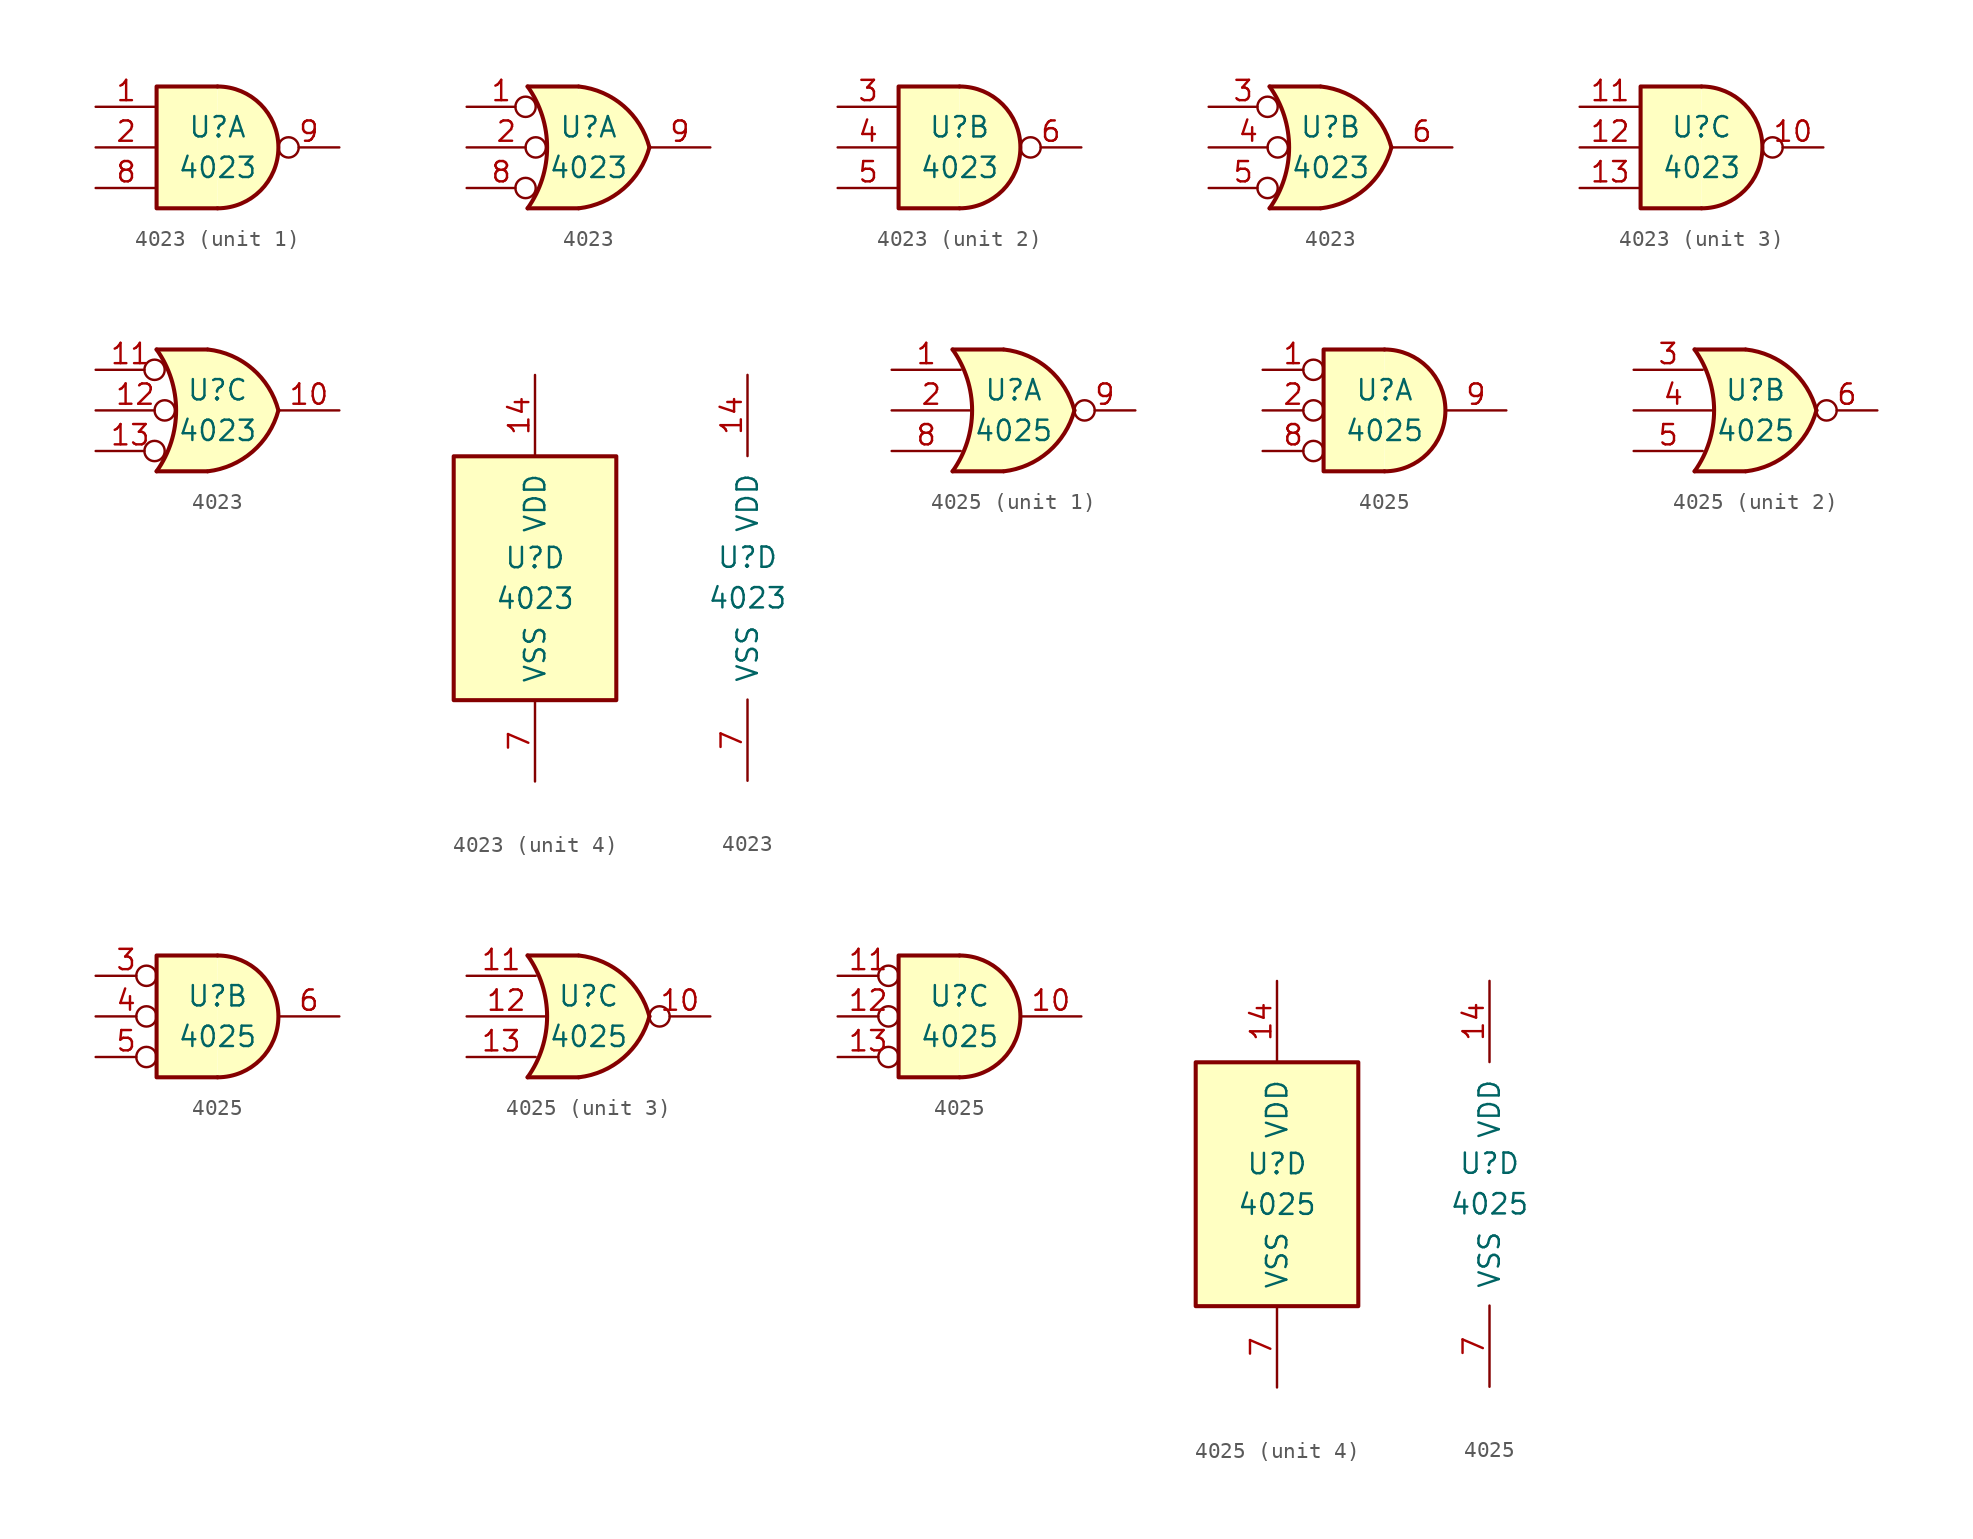
<source format=kicad_sym>
(kicad_symbol_lib
  (version 20211014)
  (generator kicad_symbol_editor)
  (symbol "4023"
    (pin_names
      (offset 1.016))
    (property "Reference" "U"
      (at 0 1.27 0)
      (effects (font (size 1.27 1.27))))
    (property "Value" "4023"
      (at 0 -1.27 0)
      (effects (font (size 1.27 1.27))))
    (property "ki_locked" ""
      (at 0 0 0)
      (effects (font (size 1.27 1.27))))
    (symbol "4023_1_1"
      (arc (start 0 -3.81) (mid 3.81 0) (end 0 3.81) (stroke (width 0.254) (type default) (color 0 0 0 0)) (fill (type background)))
      (polyline (pts (xy 0 3.81) (xy -3.81 3.81) (xy -3.81 -3.81) (xy 0 -3.81)) (stroke (width 0.254) (type default) (color 0 0 0 0)) (fill (type background)))
      (pin input line (at -7.62 2.54 0) (length 3.81) (name "~" (effects (font (size 1.27 1.27)))) (number "1" (effects (font (size 1.27 1.27)))))
      (pin input line (at -7.62 0 0) (length 3.81) (name "~" (effects (font (size 1.27 1.27)))) (number "2" (effects (font (size 1.27 1.27)))))
      (pin input line (at -7.62 -2.54 0) (length 3.81) (name "~" (effects (font (size 1.27 1.27)))) (number "8" (effects (font (size 1.27 1.27)))))
      (pin output inverted (at 7.62 0 180) (length 3.81) (name "~" (effects (font (size 1.27 1.27)))) (number "9" (effects (font (size 1.27 1.27))))))
    (symbol "4023_1_2"
      (arc (start -3.81 -3.81) (mid -2.589 0) (end -3.81 3.81) (stroke (width 0.254) (type default) (color 0 0 0 0)) (fill (type none)))
      (arc (start -0.6096 -3.81) (mid 2.1842 -2.5851) (end 3.81 0) (stroke (width 0.254) (type default) (color 0 0 0 0)) (fill (type background)))
      (polyline (pts (xy -3.81 -3.81) (xy -0.635 -3.81)) (stroke (width 0.254) (type default) (color 0 0 0 0)) (fill (type background)))
      (polyline (pts (xy -3.81 3.81) (xy -0.635 3.81)) (stroke (width 0.254) (type default) (color 0 0 0 0)) (fill (type background)))
      (polyline (pts (xy -0.635 3.81) (xy -3.81 3.81) (xy -3.81 3.81) (xy -3.556 3.404) (xy -3.023 2.261) (xy -2.692 1.041) (xy -2.616 -0.254) (xy -2.769 -1.499) (xy -3.175 -2.718) (xy -3.81 -3.81) (xy -3.81 -3.81) (xy -0.635 -3.81)) (stroke (width -25.4) (type default) (color 0 0 0 0)) (fill (type background)))
      (arc (start 3.81 0) (mid 2.1915 2.5936) (end -0.6096 3.81) (stroke (width 0.254) (type default) (color 0 0 0 0)) (fill (type background)))
      (pin input inverted (at -7.62 2.54 0) (length 4.318) (name "~" (effects (font (size 1.27 1.27)))) (number "1" (effects (font (size 1.27 1.27)))))
      (pin input inverted (at -7.62 0 0) (length 4.953) (name "~" (effects (font (size 1.27 1.27)))) (number "2" (effects (font (size 1.27 1.27)))))
      (pin input inverted (at -7.62 -2.54 0) (length 4.318) (name "~" (effects (font (size 1.27 1.27)))) (number "8" (effects (font (size 1.27 1.27)))))
      (pin output line (at 7.62 0 180) (length 3.81) (name "~" (effects (font (size 1.27 1.27)))) (number "9" (effects (font (size 1.27 1.27))))))
    (symbol "4023_2_1"
      (arc (start 0 -3.81) (mid 3.81 0) (end 0 3.81) (stroke (width 0.254) (type default) (color 0 0 0 0)) (fill (type background)))
      (polyline (pts (xy 0 3.81) (xy -3.81 3.81) (xy -3.81 -3.81) (xy 0 -3.81)) (stroke (width 0.254) (type default) (color 0 0 0 0)) (fill (type background)))
      (pin input line (at -7.62 2.54 0) (length 3.81) (name "~" (effects (font (size 1.27 1.27)))) (number "3" (effects (font (size 1.27 1.27)))))
      (pin input line (at -7.62 0 0) (length 3.81) (name "~" (effects (font (size 1.27 1.27)))) (number "4" (effects (font (size 1.27 1.27)))))
      (pin input line (at -7.62 -2.54 0) (length 3.81) (name "~" (effects (font (size 1.27 1.27)))) (number "5" (effects (font (size 1.27 1.27)))))
      (pin output inverted (at 7.62 0 180) (length 3.81) (name "~" (effects (font (size 1.27 1.27)))) (number "6" (effects (font (size 1.27 1.27))))))
    (symbol "4023_2_2"
      (arc (start -3.81 -3.81) (mid -2.589 0) (end -3.81 3.81) (stroke (width 0.254) (type default) (color 0 0 0 0)) (fill (type none)))
      (arc (start -0.6096 -3.81) (mid 2.1842 -2.5851) (end 3.81 0) (stroke (width 0.254) (type default) (color 0 0 0 0)) (fill (type background)))
      (polyline (pts (xy -3.81 -3.81) (xy -0.635 -3.81)) (stroke (width 0.254) (type default) (color 0 0 0 0)) (fill (type background)))
      (polyline (pts (xy -3.81 3.81) (xy -0.635 3.81)) (stroke (width 0.254) (type default) (color 0 0 0 0)) (fill (type background)))
      (polyline (pts (xy -0.635 3.81) (xy -3.81 3.81) (xy -3.81 3.81) (xy -3.556 3.404) (xy -3.023 2.261) (xy -2.692 1.041) (xy -2.616 -0.254) (xy -2.769 -1.499) (xy -3.175 -2.718) (xy -3.81 -3.81) (xy -3.81 -3.81) (xy -0.635 -3.81)) (stroke (width -25.4) (type default) (color 0 0 0 0)) (fill (type background)))
      (arc (start 3.81 0) (mid 2.1915 2.5936) (end -0.6096 3.81) (stroke (width 0.254) (type default) (color 0 0 0 0)) (fill (type background)))
      (pin input inverted (at -7.62 2.54 0) (length 4.318) (name "~" (effects (font (size 1.27 1.27)))) (number "3" (effects (font (size 1.27 1.27)))))
      (pin input inverted (at -7.62 0 0) (length 4.953) (name "~" (effects (font (size 1.27 1.27)))) (number "4" (effects (font (size 1.27 1.27)))))
      (pin input inverted (at -7.62 -2.54 0) (length 4.318) (name "~" (effects (font (size 1.27 1.27)))) (number "5" (effects (font (size 1.27 1.27)))))
      (pin output line (at 7.62 0 180) (length 3.81) (name "~" (effects (font (size 1.27 1.27)))) (number "6" (effects (font (size 1.27 1.27))))))
    (symbol "4023_3_1"
      (arc (start 0 -3.81) (mid 3.81 0) (end 0 3.81) (stroke (width 0.254) (type default) (color 0 0 0 0)) (fill (type background)))
      (polyline (pts (xy 0 3.81) (xy -3.81 3.81) (xy -3.81 -3.81) (xy 0 -3.81)) (stroke (width 0.254) (type default) (color 0 0 0 0)) (fill (type background)))
      (pin output inverted (at 7.62 0 180) (length 3.81) (name "~" (effects (font (size 1.27 1.27)))) (number "10" (effects (font (size 1.27 1.27)))))
      (pin input line (at -7.62 2.54 0) (length 3.81) (name "~" (effects (font (size 1.27 1.27)))) (number "11" (effects (font (size 1.27 1.27)))))
      (pin input line (at -7.62 0 0) (length 3.81) (name "~" (effects (font (size 1.27 1.27)))) (number "12" (effects (font (size 1.27 1.27)))))
      (pin input line (at -7.62 -2.54 0) (length 3.81) (name "~" (effects (font (size 1.27 1.27)))) (number "13" (effects (font (size 1.27 1.27))))))
    (symbol "4023_3_2"
      (arc (start -3.81 -3.81) (mid -2.589 0) (end -3.81 3.81) (stroke (width 0.254) (type default) (color 0 0 0 0)) (fill (type none)))
      (arc (start -0.6096 -3.81) (mid 2.1842 -2.5851) (end 3.81 0) (stroke (width 0.254) (type default) (color 0 0 0 0)) (fill (type background)))
      (polyline (pts (xy -3.81 -3.81) (xy -0.635 -3.81)) (stroke (width 0.254) (type default) (color 0 0 0 0)) (fill (type background)))
      (polyline (pts (xy -3.81 3.81) (xy -0.635 3.81)) (stroke (width 0.254) (type default) (color 0 0 0 0)) (fill (type background)))
      (polyline (pts (xy -0.635 3.81) (xy -3.81 3.81) (xy -3.81 3.81) (xy -3.556 3.404) (xy -3.023 2.261) (xy -2.692 1.041) (xy -2.616 -0.254) (xy -2.769 -1.499) (xy -3.175 -2.718) (xy -3.81 -3.81) (xy -3.81 -3.81) (xy -0.635 -3.81)) (stroke (width -25.4) (type default) (color 0 0 0 0)) (fill (type background)))
      (arc (start 3.81 0) (mid 2.1915 2.5936) (end -0.6096 3.81) (stroke (width 0.254) (type default) (color 0 0 0 0)) (fill (type background)))
      (pin output line (at 7.62 0 180) (length 3.81) (name "~" (effects (font (size 1.27 1.27)))) (number "10" (effects (font (size 1.27 1.27)))))
      (pin input inverted (at -7.62 2.54 0) (length 4.318) (name "~" (effects (font (size 1.27 1.27)))) (number "11" (effects (font (size 1.27 1.27)))))
      (pin input inverted (at -7.62 0 0) (length 4.953) (name "~" (effects (font (size 1.27 1.27)))) (number "12" (effects (font (size 1.27 1.27)))))
      (pin input inverted (at -7.62 -2.54 0) (length 4.318) (name "~" (effects (font (size 1.27 1.27)))) (number "13" (effects (font (size 1.27 1.27))))))
    (symbol "4023_4_0"
      (pin power_in line (at 0 12.7 270) (length 5.08) (name "VDD" (effects (font (size 1.27 1.27)))) (number "14" (effects (font (size 1.27 1.27)))))
      (pin power_in line (at 0 -12.7 90) (length 5.08) (name "VSS" (effects (font (size 1.27 1.27)))) (number "7" (effects (font (size 1.27 1.27))))))
    (symbol "4023_4_1"
      (rectangle (start -5.08 7.62) (end 5.08 -7.62) (stroke (width 0.254) (type default) (color 0 0 0 0)) (fill (type background)))))
  (symbol "4025"
    (pin_names
      (offset 1.016))
    (property "Reference" "U"
      (at 0 1.27 0)
      (effects (font (size 1.27 1.27))))
    (property "Value" "4025"
      (at 0 -1.27 0)
      (effects (font (size 1.27 1.27))))
    (property "ki_locked" ""
      (at 0 0 0)
      (effects (font (size 1.27 1.27))))
    (symbol "4025_1_1"
      (arc (start -3.81 -3.81) (mid -2.589 0) (end -3.81 3.81) (stroke (width 0.254) (type default) (color 0 0 0 0)) (fill (type none)))
      (arc (start -0.6096 -3.81) (mid 2.1842 -2.5851) (end 3.81 0) (stroke (width 0.254) (type default) (color 0 0 0 0)) (fill (type background)))
      (polyline (pts (xy -3.81 -3.81) (xy -0.635 -3.81)) (stroke (width 0.254) (type default) (color 0 0 0 0)) (fill (type background)))
      (polyline (pts (xy -3.81 3.81) (xy -0.635 3.81)) (stroke (width 0.254) (type default) (color 0 0 0 0)) (fill (type background)))
      (polyline (pts (xy -0.635 3.81) (xy -3.81 3.81) (xy -3.81 3.81) (xy -3.556 3.404) (xy -3.023 2.261) (xy -2.692 1.041) (xy -2.616 -0.254) (xy -2.769 -1.499) (xy -3.175 -2.718) (xy -3.81 -3.81) (xy -3.81 -3.81) (xy -0.635 -3.81)) (stroke (width -25.4) (type default) (color 0 0 0 0)) (fill (type background)))
      (arc (start 3.81 0) (mid 2.1915 2.5936) (end -0.6096 3.81) (stroke (width 0.254) (type default) (color 0 0 0 0)) (fill (type background)))
      (pin input line (at -7.62 2.54 0) (length 4.318) (name "~" (effects (font (size 1.27 1.27)))) (number "1" (effects (font (size 1.27 1.27)))))
      (pin input line (at -7.62 0 0) (length 4.953) (name "~" (effects (font (size 1.27 1.27)))) (number "2" (effects (font (size 1.27 1.27)))))
      (pin input line (at -7.62 -2.54 0) (length 4.318) (name "~" (effects (font (size 1.27 1.27)))) (number "8" (effects (font (size 1.27 1.27)))))
      (pin output inverted (at 7.62 0 180) (length 3.81) (name "~" (effects (font (size 1.27 1.27)))) (number "9" (effects (font (size 1.27 1.27))))))
    (symbol "4025_1_2"
      (arc (start 0 -3.81) (mid 3.81 0) (end 0 3.81) (stroke (width 0.254) (type default) (color 0 0 0 0)) (fill (type background)))
      (polyline (pts (xy 0 3.81) (xy -3.81 3.81) (xy -3.81 -3.81) (xy 0 -3.81)) (stroke (width 0.254) (type default) (color 0 0 0 0)) (fill (type background)))
      (pin input inverted (at -7.62 2.54 0) (length 3.81) (name "~" (effects (font (size 1.27 1.27)))) (number "1" (effects (font (size 1.27 1.27)))))
      (pin input inverted (at -7.62 0 0) (length 3.81) (name "~" (effects (font (size 1.27 1.27)))) (number "2" (effects (font (size 1.27 1.27)))))
      (pin input inverted (at -7.62 -2.54 0) (length 3.81) (name "~" (effects (font (size 1.27 1.27)))) (number "8" (effects (font (size 1.27 1.27)))))
      (pin output line (at 7.62 0 180) (length 3.81) (name "~" (effects (font (size 1.27 1.27)))) (number "9" (effects (font (size 1.27 1.27))))))
    (symbol "4025_2_1"
      (arc (start -3.81 -3.81) (mid -2.589 0) (end -3.81 3.81) (stroke (width 0.254) (type default) (color 0 0 0 0)) (fill (type none)))
      (arc (start -0.6096 -3.81) (mid 2.1842 -2.5851) (end 3.81 0) (stroke (width 0.254) (type default) (color 0 0 0 0)) (fill (type background)))
      (polyline (pts (xy -3.81 -3.81) (xy -0.635 -3.81)) (stroke (width 0.254) (type default) (color 0 0 0 0)) (fill (type background)))
      (polyline (pts (xy -3.81 3.81) (xy -0.635 3.81)) (stroke (width 0.254) (type default) (color 0 0 0 0)) (fill (type background)))
      (polyline (pts (xy -0.635 3.81) (xy -3.81 3.81) (xy -3.81 3.81) (xy -3.556 3.404) (xy -3.023 2.261) (xy -2.692 1.041) (xy -2.616 -0.254) (xy -2.769 -1.499) (xy -3.175 -2.718) (xy -3.81 -3.81) (xy -3.81 -3.81) (xy -0.635 -3.81)) (stroke (width -25.4) (type default) (color 0 0 0 0)) (fill (type background)))
      (arc (start 3.81 0) (mid 2.1915 2.5936) (end -0.6096 3.81) (stroke (width 0.254) (type default) (color 0 0 0 0)) (fill (type background)))
      (pin input line (at -7.62 2.54 0) (length 4.318) (name "~" (effects (font (size 1.27 1.27)))) (number "3" (effects (font (size 1.27 1.27)))))
      (pin input line (at -7.62 0 0) (length 4.953) (name "~" (effects (font (size 1.27 1.27)))) (number "4" (effects (font (size 1.27 1.27)))))
      (pin input line (at -7.62 -2.54 0) (length 4.318) (name "~" (effects (font (size 1.27 1.27)))) (number "5" (effects (font (size 1.27 1.27)))))
      (pin output inverted (at 7.62 0 180) (length 3.81) (name "~" (effects (font (size 1.27 1.27)))) (number "6" (effects (font (size 1.27 1.27))))))
    (symbol "4025_2_2"
      (arc (start 0 -3.81) (mid 3.81 0) (end 0 3.81) (stroke (width 0.254) (type default) (color 0 0 0 0)) (fill (type background)))
      (polyline (pts (xy 0 3.81) (xy -3.81 3.81) (xy -3.81 -3.81) (xy 0 -3.81)) (stroke (width 0.254) (type default) (color 0 0 0 0)) (fill (type background)))
      (pin input inverted (at -7.62 2.54 0) (length 3.81) (name "~" (effects (font (size 1.27 1.27)))) (number "3" (effects (font (size 1.27 1.27)))))
      (pin input inverted (at -7.62 0 0) (length 3.81) (name "~" (effects (font (size 1.27 1.27)))) (number "4" (effects (font (size 1.27 1.27)))))
      (pin input inverted (at -7.62 -2.54 0) (length 3.81) (name "~" (effects (font (size 1.27 1.27)))) (number "5" (effects (font (size 1.27 1.27)))))
      (pin output line (at 7.62 0 180) (length 3.81) (name "~" (effects (font (size 1.27 1.27)))) (number "6" (effects (font (size 1.27 1.27))))))
    (symbol "4025_3_1"
      (arc (start -3.81 -3.81) (mid -2.589 0) (end -3.81 3.81) (stroke (width 0.254) (type default) (color 0 0 0 0)) (fill (type none)))
      (arc (start -0.6096 -3.81) (mid 2.1842 -2.5851) (end 3.81 0) (stroke (width 0.254) (type default) (color 0 0 0 0)) (fill (type background)))
      (polyline (pts (xy -3.81 -3.81) (xy -0.635 -3.81)) (stroke (width 0.254) (type default) (color 0 0 0 0)) (fill (type background)))
      (polyline (pts (xy -3.81 3.81) (xy -0.635 3.81)) (stroke (width 0.254) (type default) (color 0 0 0 0)) (fill (type background)))
      (polyline (pts (xy -0.635 3.81) (xy -3.81 3.81) (xy -3.81 3.81) (xy -3.556 3.404) (xy -3.023 2.261) (xy -2.692 1.041) (xy -2.616 -0.254) (xy -2.769 -1.499) (xy -3.175 -2.718) (xy -3.81 -3.81) (xy -3.81 -3.81) (xy -0.635 -3.81)) (stroke (width -25.4) (type default) (color 0 0 0 0)) (fill (type background)))
      (arc (start 3.81 0) (mid 2.1915 2.5936) (end -0.6096 3.81) (stroke (width 0.254) (type default) (color 0 0 0 0)) (fill (type background)))
      (pin output inverted (at 7.62 0 180) (length 3.81) (name "~" (effects (font (size 1.27 1.27)))) (number "10" (effects (font (size 1.27 1.27)))))
      (pin input line (at -7.62 2.54 0) (length 4.318) (name "~" (effects (font (size 1.27 1.27)))) (number "11" (effects (font (size 1.27 1.27)))))
      (pin input line (at -7.62 0 0) (length 4.953) (name "~" (effects (font (size 1.27 1.27)))) (number "12" (effects (font (size 1.27 1.27)))))
      (pin input line (at -7.62 -2.54 0) (length 4.318) (name "~" (effects (font (size 1.27 1.27)))) (number "13" (effects (font (size 1.27 1.27))))))
    (symbol "4025_3_2"
      (arc (start 0 -3.81) (mid 3.81 0) (end 0 3.81) (stroke (width 0.254) (type default) (color 0 0 0 0)) (fill (type background)))
      (polyline (pts (xy 0 3.81) (xy -3.81 3.81) (xy -3.81 -3.81) (xy 0 -3.81)) (stroke (width 0.254) (type default) (color 0 0 0 0)) (fill (type background)))
      (pin output line (at 7.62 0 180) (length 3.81) (name "~" (effects (font (size 1.27 1.27)))) (number "10" (effects (font (size 1.27 1.27)))))
      (pin input inverted (at -7.62 2.54 0) (length 3.81) (name "~" (effects (font (size 1.27 1.27)))) (number "11" (effects (font (size 1.27 1.27)))))
      (pin input inverted (at -7.62 0 0) (length 3.81) (name "~" (effects (font (size 1.27 1.27)))) (number "12" (effects (font (size 1.27 1.27)))))
      (pin input inverted (at -7.62 -2.54 0) (length 3.81) (name "~" (effects (font (size 1.27 1.27)))) (number "13" (effects (font (size 1.27 1.27))))))
    (symbol "4025_4_0"
      (pin power_in line (at 0 12.7 270) (length 5.08) (name "VDD" (effects (font (size 1.27 1.27)))) (number "14" (effects (font (size 1.27 1.27)))))
      (pin power_in line (at 0 -12.7 90) (length 5.08) (name "VSS" (effects (font (size 1.27 1.27)))) (number "7" (effects (font (size 1.27 1.27))))))
    (symbol "4025_4_1"
      (rectangle (start -5.08 7.62) (end 5.08 -7.62) (stroke (width 0.254) (type default) (color 0 0 0 0)) (fill (type background))))))
</source>
